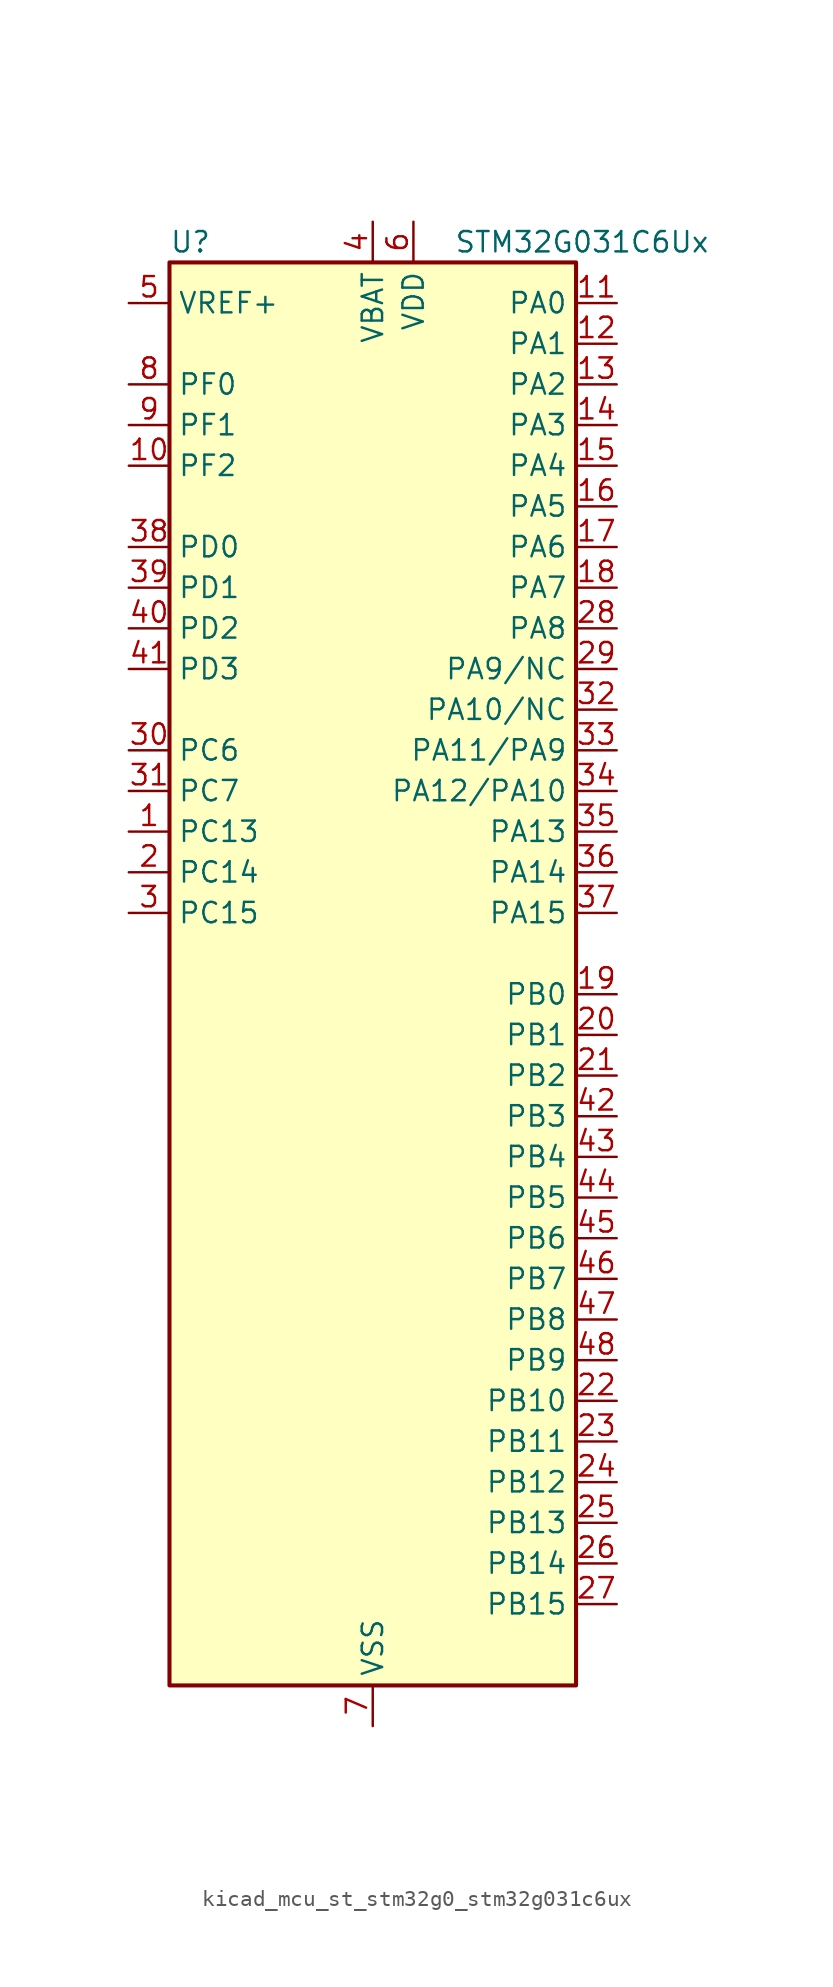
<source format=kicad_sym>
(kicad_symbol_lib
  (version 20220914)
  (generator kicad_symbol_editor)
  (symbol "kicad_mcu_st_stm32g0_stm32g031c6ux"
    (property "Reference" "U"
      (at -12.7 46.99 0)
      (effects (font (size 1.27 1.27)) (justify left)))
    (property "Value" "STM32G031C6Ux"
      (at 5.08 46.99 0)
      (effects (font (size 1.27 1.27)) (justify left)))
    (property "ki_locked" ""
      (at 0 0 0)
      (effects (font (size 1.27 1.27))))
    (symbol "kicad_mcu_st_stm32g0_stm32g031c6ux_0_1"
      (rectangle (start -12.7 -43.18) (end 12.7 45.72) (stroke (width 0.254) (type default)) (fill (type background))))
    (symbol "kicad_mcu_st_stm32g0_stm32g031c6ux_1_1"
      (pin bidirectional line (at -15.24 10.16 0) (length 2.54) (name "PC13" (effects (font (size 1.27 1.27)))) (number "1" (effects (font (size 1.27 1.27)))) (alternate "RTC_OUT_ALARM" bidirectional line) (alternate "RTC_OUT_CALIB" bidirectional line) (alternate "RTC_TAMP_IN1" bidirectional line) (alternate "RTC_TS" bidirectional line) (alternate "SYS_WKUP2" bidirectional line) (alternate "TIM1_BK" bidirectional line))
      (pin bidirectional line (at -15.24 33.02 0) (length 2.54) (name "PF2" (effects (font (size 1.27 1.27)))) (number "10" (effects (font (size 1.27 1.27)))) (alternate "RCC_MCO" bidirectional line))
      (pin bidirectional line (at 15.24 43.18 180) (length 2.54) (name "PA0" (effects (font (size 1.27 1.27)))) (number "11" (effects (font (size 1.27 1.27)))) (alternate "ADC1_IN0" bidirectional line) (alternate "LPTIM1_OUT" bidirectional line) (alternate "RTC_TAMP_IN2" bidirectional line) (alternate "SPI2_SCK" bidirectional line) (alternate "SYS_WKUP1" bidirectional line) (alternate "TIM2_CH1" bidirectional line) (alternate "TIM2_ETR" bidirectional line) (alternate "USART2_CTS" bidirectional line) (alternate "USART2_NSS" bidirectional line))
      (pin bidirectional line (at 15.24 40.64 180) (length 2.54) (name "PA1" (effects (font (size 1.27 1.27)))) (number "12" (effects (font (size 1.27 1.27)))) (alternate "ADC1_IN1" bidirectional line) (alternate "I2C1_SMBA" bidirectional line) (alternate "I2S1_CK" bidirectional line) (alternate "SPI1_SCK" bidirectional line) (alternate "TIM2_CH2" bidirectional line) (alternate "USART2_CK" bidirectional line) (alternate "USART2_DE" bidirectional line) (alternate "USART2_RTS" bidirectional line))
      (pin bidirectional line (at 15.24 38.1 180) (length 2.54) (name "PA2" (effects (font (size 1.27 1.27)))) (number "13" (effects (font (size 1.27 1.27)))) (alternate "ADC1_IN2" bidirectional line) (alternate "I2S1_SD" bidirectional line) (alternate "LPUART1_TX" bidirectional line) (alternate "RCC_LSCO" bidirectional line) (alternate "SPI1_MOSI" bidirectional line) (alternate "SYS_WKUP4" bidirectional line) (alternate "TIM2_CH3" bidirectional line) (alternate "USART2_TX" bidirectional line))
      (pin bidirectional line (at 15.24 35.56 180) (length 2.54) (name "PA3" (effects (font (size 1.27 1.27)))) (number "14" (effects (font (size 1.27 1.27)))) (alternate "ADC1_IN3" bidirectional line) (alternate "LPUART1_RX" bidirectional line) (alternate "SPI2_MISO" bidirectional line) (alternate "TIM2_CH4" bidirectional line) (alternate "USART2_RX" bidirectional line))
      (pin bidirectional line (at 15.24 33.02 180) (length 2.54) (name "PA4" (effects (font (size 1.27 1.27)))) (number "15" (effects (font (size 1.27 1.27)))) (alternate "ADC1_IN4" bidirectional line) (alternate "I2S1_WS" bidirectional line) (alternate "LPTIM2_OUT" bidirectional line) (alternate "RTC_OUT_ALARM" bidirectional line) (alternate "RTC_OUT_CALIB" bidirectional line) (alternate "SPI1_NSS" bidirectional line) (alternate "SPI2_MOSI" bidirectional line) (alternate "TIM14_CH1" bidirectional line))
      (pin bidirectional line (at 15.24 30.48 180) (length 2.54) (name "PA5" (effects (font (size 1.27 1.27)))) (number "16" (effects (font (size 1.27 1.27)))) (alternate "ADC1_IN5" bidirectional line) (alternate "I2S1_CK" bidirectional line) (alternate "LPTIM2_ETR" bidirectional line) (alternate "SPI1_SCK" bidirectional line) (alternate "TIM2_CH1" bidirectional line) (alternate "TIM2_ETR" bidirectional line))
      (pin bidirectional line (at 15.24 27.94 180) (length 2.54) (name "PA6" (effects (font (size 1.27 1.27)))) (number "17" (effects (font (size 1.27 1.27)))) (alternate "ADC1_IN6" bidirectional line) (alternate "I2S1_MCK" bidirectional line) (alternate "LPUART1_CTS" bidirectional line) (alternate "SPI1_MISO" bidirectional line) (alternate "TIM16_CH1" bidirectional line) (alternate "TIM1_BK" bidirectional line) (alternate "TIM3_CH1" bidirectional line))
      (pin bidirectional line (at 15.24 25.4 180) (length 2.54) (name "PA7" (effects (font (size 1.27 1.27)))) (number "18" (effects (font (size 1.27 1.27)))) (alternate "ADC1_IN7" bidirectional line) (alternate "I2S1_SD" bidirectional line) (alternate "SPI1_MOSI" bidirectional line) (alternate "TIM14_CH1" bidirectional line) (alternate "TIM17_CH1" bidirectional line) (alternate "TIM1_CH1N" bidirectional line) (alternate "TIM3_CH2" bidirectional line))
      (pin bidirectional line (at 15.24 0 180) (length 2.54) (name "PB0" (effects (font (size 1.27 1.27)))) (number "19" (effects (font (size 1.27 1.27)))) (alternate "ADC1_IN8" bidirectional line) (alternate "I2S1_WS" bidirectional line) (alternate "LPTIM1_OUT" bidirectional line) (alternate "SPI1_NSS" bidirectional line) (alternate "TIM1_CH2N" bidirectional line) (alternate "TIM3_CH3" bidirectional line))
      (pin bidirectional line (at -15.24 7.62 0) (length 2.54) (name "PC14" (effects (font (size 1.27 1.27)))) (number "2" (effects (font (size 1.27 1.27)))) (alternate "RCC_OSC32_IN" bidirectional line) (alternate "TIM1_BK2" bidirectional line))
      (pin bidirectional line (at 15.24 -2.54 180) (length 2.54) (name "PB1" (effects (font (size 1.27 1.27)))) (number "20" (effects (font (size 1.27 1.27)))) (alternate "ADC1_IN9" bidirectional line) (alternate "LPTIM2_IN1" bidirectional line) (alternate "LPUART1_DE" bidirectional line) (alternate "LPUART1_RTS" bidirectional line) (alternate "TIM14_CH1" bidirectional line) (alternate "TIM1_CH3N" bidirectional line) (alternate "TIM3_CH4" bidirectional line))
      (pin bidirectional line (at 15.24 -5.08 180) (length 2.54) (name "PB2" (effects (font (size 1.27 1.27)))) (number "21" (effects (font (size 1.27 1.27)))) (alternate "ADC1_IN10" bidirectional line) (alternate "LPTIM1_OUT" bidirectional line) (alternate "SPI2_MISO" bidirectional line))
      (pin bidirectional line (at 15.24 -25.4 180) (length 2.54) (name "PB10" (effects (font (size 1.27 1.27)))) (number "22" (effects (font (size 1.27 1.27)))) (alternate "ADC1_IN11" bidirectional line) (alternate "I2C2_SCL" bidirectional line) (alternate "LPUART1_RX" bidirectional line) (alternate "SPI2_SCK" bidirectional line) (alternate "TIM2_CH3" bidirectional line))
      (pin bidirectional line (at 15.24 -27.94 180) (length 2.54) (name "PB11" (effects (font (size 1.27 1.27)))) (number "23" (effects (font (size 1.27 1.27)))) (alternate "ADC1_EXTI11" bidirectional line) (alternate "ADC1_IN15" bidirectional line) (alternate "I2C2_SDA" bidirectional line) (alternate "LPUART1_TX" bidirectional line) (alternate "SPI2_MOSI" bidirectional line) (alternate "TIM2_CH4" bidirectional line))
      (pin bidirectional line (at 15.24 -30.48 180) (length 2.54) (name "PB12" (effects (font (size 1.27 1.27)))) (number "24" (effects (font (size 1.27 1.27)))) (alternate "ADC1_IN16" bidirectional line) (alternate "LPUART1_DE" bidirectional line) (alternate "LPUART1_RTS" bidirectional line) (alternate "SPI2_NSS" bidirectional line) (alternate "TIM1_BK" bidirectional line))
      (pin bidirectional line (at 15.24 -33.02 180) (length 2.54) (name "PB13" (effects (font (size 1.27 1.27)))) (number "25" (effects (font (size 1.27 1.27)))) (alternate "I2C2_SCL" bidirectional line) (alternate "LPUART1_CTS" bidirectional line) (alternate "SPI2_SCK" bidirectional line) (alternate "TIM1_CH1N" bidirectional line))
      (pin bidirectional line (at 15.24 -35.56 180) (length 2.54) (name "PB14" (effects (font (size 1.27 1.27)))) (number "26" (effects (font (size 1.27 1.27)))) (alternate "I2C2_SDA" bidirectional line) (alternate "SPI2_MISO" bidirectional line) (alternate "TIM1_CH2N" bidirectional line))
      (pin bidirectional line (at 15.24 -38.1 180) (length 2.54) (name "PB15" (effects (font (size 1.27 1.27)))) (number "27" (effects (font (size 1.27 1.27)))) (alternate "RTC_REFIN" bidirectional line) (alternate "SPI2_MOSI" bidirectional line) (alternate "TIM1_CH3N" bidirectional line))
      (pin bidirectional line (at 15.24 22.86 180) (length 2.54) (name "PA8" (effects (font (size 1.27 1.27)))) (number "28" (effects (font (size 1.27 1.27)))) (alternate "LPTIM2_OUT" bidirectional line) (alternate "RCC_MCO" bidirectional line) (alternate "SPI2_NSS" bidirectional line) (alternate "TIM1_CH1" bidirectional line))
      (pin bidirectional line (at 15.24 20.32 180) (length 2.54) (name "PA9/NC" (effects (font (size 1.27 1.27)))) (number "29" (effects (font (size 1.27 1.27)))) (alternate "I2C1_SCL" bidirectional line) (alternate "RCC_MCO" bidirectional line) (alternate "SPI2_MISO" bidirectional line) (alternate "TIM1_CH2" bidirectional line) (alternate "USART1_TX" bidirectional line))
      (pin bidirectional line (at -15.24 5.08 0) (length 2.54) (name "PC15" (effects (font (size 1.27 1.27)))) (number "3" (effects (font (size 1.27 1.27)))) (alternate "RCC_OSC32_EN" bidirectional line) (alternate "RCC_OSC32_OUT" bidirectional line) (alternate "RCC_OSC_EN" bidirectional line))
      (pin bidirectional line (at -15.24 15.24 0) (length 2.54) (name "PC6" (effects (font (size 1.27 1.27)))) (number "30" (effects (font (size 1.27 1.27)))) (alternate "TIM2_CH3" bidirectional line) (alternate "TIM3_CH1" bidirectional line))
      (pin bidirectional line (at -15.24 12.7 0) (length 2.54) (name "PC7" (effects (font (size 1.27 1.27)))) (number "31" (effects (font (size 1.27 1.27)))) (alternate "TIM2_CH4" bidirectional line) (alternate "TIM3_CH2" bidirectional line))
      (pin bidirectional line (at 15.24 17.78 180) (length 2.54) (name "PA10/NC" (effects (font (size 1.27 1.27)))) (number "32" (effects (font (size 1.27 1.27)))) (alternate "I2C1_SDA" bidirectional line) (alternate "SPI2_MOSI" bidirectional line) (alternate "TIM17_BK" bidirectional line) (alternate "TIM1_CH3" bidirectional line) (alternate "USART1_RX" bidirectional line))
      (pin bidirectional line (at 15.24 15.24 180) (length 2.54) (name "PA11/PA9" (effects (font (size 1.27 1.27)))) (number "33" (effects (font (size 1.27 1.27)))) (alternate "ADC1_EXTI11" bidirectional line) (alternate "I2C2_SCL" bidirectional line) (alternate "I2S1_MCK" bidirectional line) (alternate "SPI1_MISO" bidirectional line) (alternate "TIM1_BK2" bidirectional line) (alternate "TIM1_CH4" bidirectional line) (alternate "USART1_CTS" bidirectional line) (alternate "USART1_NSS" bidirectional line))
      (pin bidirectional line (at 15.24 12.7 180) (length 2.54) (name "PA12/PA10" (effects (font (size 1.27 1.27)))) (number "34" (effects (font (size 1.27 1.27)))) (alternate "I2C2_SDA" bidirectional line) (alternate "I2S1_SD" bidirectional line) (alternate "I2S_CKIN" bidirectional line) (alternate "SPI1_MOSI" bidirectional line) (alternate "TIM1_ETR" bidirectional line) (alternate "USART1_CK" bidirectional line) (alternate "USART1_DE" bidirectional line) (alternate "USART1_RTS" bidirectional line))
      (pin bidirectional line (at 15.24 10.16 180) (length 2.54) (name "PA13" (effects (font (size 1.27 1.27)))) (number "35" (effects (font (size 1.27 1.27)))) (alternate "ADC1_IN17" bidirectional line) (alternate "IR_OUT" bidirectional line) (alternate "SYS_SWDIO" bidirectional line))
      (pin bidirectional line (at 15.24 7.62 180) (length 2.54) (name "PA14" (effects (font (size 1.27 1.27)))) (number "36" (effects (font (size 1.27 1.27)))) (alternate "ADC1_IN18" bidirectional line) (alternate "SYS_SWCLK" bidirectional line) (alternate "USART2_TX" bidirectional line))
      (pin bidirectional line (at 15.24 5.08 180) (length 2.54) (name "PA15" (effects (font (size 1.27 1.27)))) (number "37" (effects (font (size 1.27 1.27)))) (alternate "I2S1_WS" bidirectional line) (alternate "SPI1_NSS" bidirectional line) (alternate "TIM2_CH1" bidirectional line) (alternate "TIM2_ETR" bidirectional line) (alternate "USART2_RX" bidirectional line))
      (pin bidirectional line (at -15.24 27.94 0) (length 2.54) (name "PD0" (effects (font (size 1.27 1.27)))) (number "38" (effects (font (size 1.27 1.27)))) (alternate "SPI2_NSS" bidirectional line) (alternate "TIM16_CH1" bidirectional line))
      (pin bidirectional line (at -15.24 25.4 0) (length 2.54) (name "PD1" (effects (font (size 1.27 1.27)))) (number "39" (effects (font (size 1.27 1.27)))) (alternate "SPI2_SCK" bidirectional line) (alternate "TIM17_CH1" bidirectional line))
      (pin power_in line (at 0 48.26 270) (length 2.54) (name "VBAT" (effects (font (size 1.27 1.27)))) (number "4" (effects (font (size 1.27 1.27)))))
      (pin bidirectional line (at -15.24 22.86 0) (length 2.54) (name "PD2" (effects (font (size 1.27 1.27)))) (number "40" (effects (font (size 1.27 1.27)))) (alternate "TIM1_CH1N" bidirectional line) (alternate "TIM3_ETR" bidirectional line))
      (pin bidirectional line (at -15.24 20.32 0) (length 2.54) (name "PD3" (effects (font (size 1.27 1.27)))) (number "41" (effects (font (size 1.27 1.27)))) (alternate "SPI2_MISO" bidirectional line) (alternate "TIM1_CH2N" bidirectional line) (alternate "USART2_CTS" bidirectional line) (alternate "USART2_NSS" bidirectional line))
      (pin bidirectional line (at 15.24 -7.62 180) (length 2.54) (name "PB3" (effects (font (size 1.27 1.27)))) (number "42" (effects (font (size 1.27 1.27)))) (alternate "I2S1_CK" bidirectional line) (alternate "SPI1_SCK" bidirectional line) (alternate "TIM1_CH2" bidirectional line) (alternate "TIM2_CH2" bidirectional line) (alternate "USART1_CK" bidirectional line) (alternate "USART1_DE" bidirectional line) (alternate "USART1_RTS" bidirectional line))
      (pin bidirectional line (at 15.24 -10.16 180) (length 2.54) (name "PB4" (effects (font (size 1.27 1.27)))) (number "43" (effects (font (size 1.27 1.27)))) (alternate "I2S1_MCK" bidirectional line) (alternate "SPI1_MISO" bidirectional line) (alternate "TIM17_BK" bidirectional line) (alternate "TIM3_CH1" bidirectional line) (alternate "USART1_CTS" bidirectional line) (alternate "USART1_NSS" bidirectional line))
      (pin bidirectional line (at 15.24 -12.7 180) (length 2.54) (name "PB5" (effects (font (size 1.27 1.27)))) (number "44" (effects (font (size 1.27 1.27)))) (alternate "I2C1_SMBA" bidirectional line) (alternate "I2S1_SD" bidirectional line) (alternate "LPTIM1_IN1" bidirectional line) (alternate "SPI1_MOSI" bidirectional line) (alternate "SYS_WKUP6" bidirectional line) (alternate "TIM16_BK" bidirectional line) (alternate "TIM3_CH2" bidirectional line))
      (pin bidirectional line (at 15.24 -15.24 180) (length 2.54) (name "PB6" (effects (font (size 1.27 1.27)))) (number "45" (effects (font (size 1.27 1.27)))) (alternate "I2C1_SCL" bidirectional line) (alternate "LPTIM1_ETR" bidirectional line) (alternate "SPI2_MISO" bidirectional line) (alternate "TIM16_CH1N" bidirectional line) (alternate "TIM1_CH3" bidirectional line) (alternate "USART1_TX" bidirectional line))
      (pin bidirectional line (at 15.24 -17.78 180) (length 2.54) (name "PB7" (effects (font (size 1.27 1.27)))) (number "46" (effects (font (size 1.27 1.27)))) (alternate "I2C1_SDA" bidirectional line) (alternate "LPTIM1_IN2" bidirectional line) (alternate "SPI2_MOSI" bidirectional line) (alternate "SYS_PVD_IN" bidirectional line) (alternate "TIM17_CH1N" bidirectional line) (alternate "USART1_RX" bidirectional line))
      (pin bidirectional line (at 15.24 -20.32 180) (length 2.54) (name "PB8" (effects (font (size 1.27 1.27)))) (number "47" (effects (font (size 1.27 1.27)))) (alternate "I2C1_SCL" bidirectional line) (alternate "SPI2_SCK" bidirectional line) (alternate "TIM16_CH1" bidirectional line))
      (pin bidirectional line (at 15.24 -22.86 180) (length 2.54) (name "PB9" (effects (font (size 1.27 1.27)))) (number "48" (effects (font (size 1.27 1.27)))) (alternate "I2C1_SDA" bidirectional line) (alternate "IR_OUT" bidirectional line) (alternate "SPI2_NSS" bidirectional line) (alternate "TIM17_CH1" bidirectional line))
      (pin passive line (at 0 -45.72 90) (length 2.54) hide (name "VSS" (effects (font (size 1.27 1.27)))) (number "49" (effects (font (size 1.27 1.27)))))
      (pin input line (at -15.24 43.18 0) (length 2.54) (name "VREF+" (effects (font (size 1.27 1.27)))) (number "5" (effects (font (size 1.27 1.27)))) (alternate "VREFBUF_OUT" bidirectional line))
      (pin power_in line (at 2.54 48.26 270) (length 2.54) (name "VDD" (effects (font (size 1.27 1.27)))) (number "6" (effects (font (size 1.27 1.27)))))
      (pin power_in line (at 0 -45.72 90) (length 2.54) (name "VSS" (effects (font (size 1.27 1.27)))) (number "7" (effects (font (size 1.27 1.27)))))
      (pin bidirectional line (at -15.24 38.1 0) (length 2.54) (name "PF0" (effects (font (size 1.27 1.27)))) (number "8" (effects (font (size 1.27 1.27)))) (alternate "RCC_OSC_IN" bidirectional line) (alternate "TIM14_CH1" bidirectional line))
      (pin bidirectional line (at -15.24 35.56 0) (length 2.54) (name "PF1" (effects (font (size 1.27 1.27)))) (number "9" (effects (font (size 1.27 1.27)))) (alternate "RCC_OSC_EN" bidirectional line) (alternate "RCC_OSC_OUT" bidirectional line)))))
</source>
